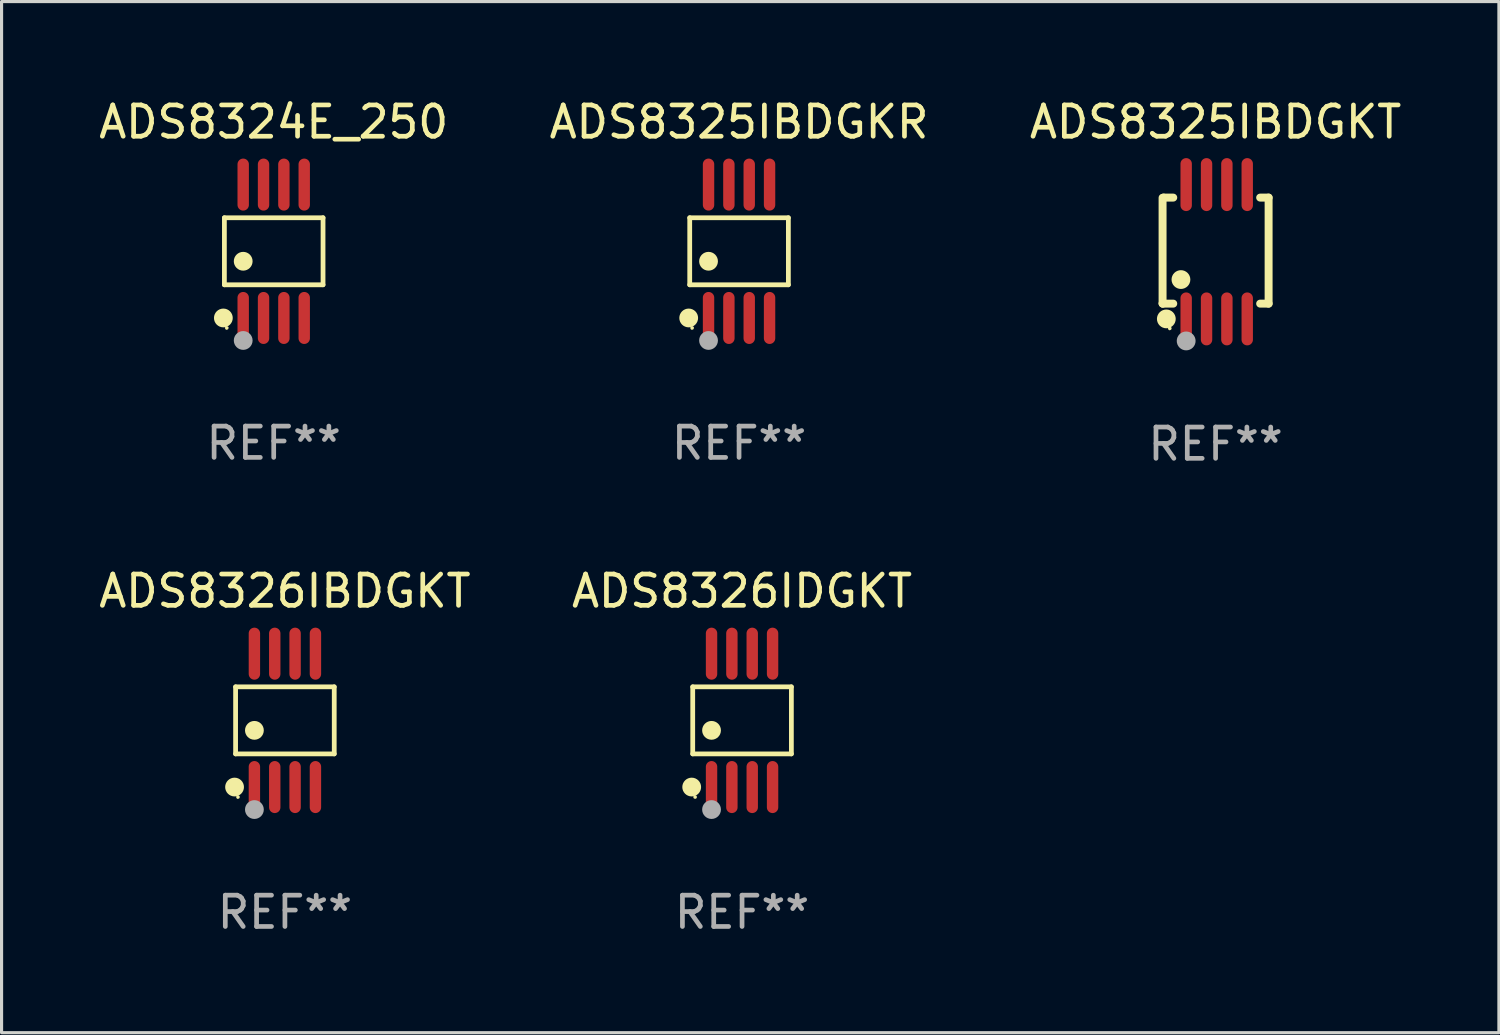
<source format=kicad_pcb>
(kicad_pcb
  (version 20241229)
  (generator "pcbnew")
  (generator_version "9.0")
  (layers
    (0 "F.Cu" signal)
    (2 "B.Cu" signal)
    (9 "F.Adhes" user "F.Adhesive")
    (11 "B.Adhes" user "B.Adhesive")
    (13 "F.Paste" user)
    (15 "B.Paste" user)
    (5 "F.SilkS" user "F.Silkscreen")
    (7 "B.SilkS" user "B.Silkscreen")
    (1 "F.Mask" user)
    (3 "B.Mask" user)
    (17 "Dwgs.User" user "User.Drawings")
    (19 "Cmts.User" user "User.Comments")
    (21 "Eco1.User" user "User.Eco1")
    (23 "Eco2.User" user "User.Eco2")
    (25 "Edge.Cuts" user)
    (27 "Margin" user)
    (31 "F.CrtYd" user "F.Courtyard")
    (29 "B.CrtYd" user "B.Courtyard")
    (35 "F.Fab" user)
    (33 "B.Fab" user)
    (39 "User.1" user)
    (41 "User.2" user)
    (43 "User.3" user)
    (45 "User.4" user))
  (footprint "ADS8326IBDGKT"
    (layer "F.Cu")
    (at 6.054 19.968)
    (property "Reference" "ADS8326IBDGKT" (at 0 -4.131 0) (layer "F.SilkS") (effects (font (size 1 1) (thickness 0.15))))
    (attr through_hole)
    (fp_line (start -1.576 -1.071) (end 1.576 -1.071) (stroke (width 0.152) (type solid)) (layer "F.SilkS"))
    (fp_line (start -1.576 1.071) (end -1.576 -1.071) (stroke (width 0.152) (type solid)) (layer "F.SilkS"))
    (fp_line (start 1.576 -1.071) (end 1.576 1.071) (stroke (width 0.152) (type solid)) (layer "F.SilkS"))
    (fp_line (start 1.576 1.071) (end -1.576 1.071) (stroke (width 0.152) (type solid)) (layer "F.SilkS"))
    (fp_circle (center -1.609 2.131) (end -1.459 2.131) (stroke (width 0.3) (type solid)) (fill no) (layer "F.SilkS"))
    (fp_circle (center -1.5 2.45) (end -1.47 2.45) (stroke (width 0.06) (type solid)) (fill no) (layer "F.SilkS"))
    (fp_circle (center -0.975 0.319) (end -0.825 0.319) (stroke (width 0.3) (type solid)) (fill no) (layer "F.SilkS"))
    (fp_circle (center -0.975 2.85) (end -0.825 2.85) (stroke (width 0.3) (type solid)) (fill no) (layer "F.Fab"))
    (fp_text user "REF**" (at 0 6.131 0) (layer "F.Fab") (effects (font (size 1 1) (thickness 0.15))))
    (pad "1" smd oval (at -0.975 2.131) (size 0.364 1.662) (layers "F.Cu" "F.Mask" "F.Paste"))
    (pad "2" smd oval (at -0.325 2.131) (size 0.364 1.662) (layers "F.Cu" "F.Mask" "F.Paste"))
    (pad "3" smd oval (at 0.325 2.131) (size 0.364 1.662) (layers "F.Cu" "F.Mask" "F.Paste"))
    (pad "4" smd oval (at 0.975 2.131) (size 0.364 1.662) (layers "F.Cu" "F.Mask" "F.Paste"))
    (pad "5" smd oval (at 0.975 -2.131) (size 0.364 1.662) (layers "F.Cu" "F.Mask" "F.Paste"))
    (pad "6" smd oval (at 0.325 -2.131) (size 0.364 1.662) (layers "F.Cu" "F.Mask" "F.Paste"))
    (pad "7" smd oval (at -0.325 -2.131) (size 0.364 1.662) (layers "F.Cu" "F.Mask" "F.Paste"))
    (pad "8" smd oval (at -0.975 -2.131) (size 0.364 1.662) (layers "F.Cu" "F.Mask" "F.Paste")))
  (footprint "ADS8325IBDGKR"
    (layer "F.Cu")
    (at 20.565 4.979)
    (property "Reference" "ADS8325IBDGKR" (at 0 -4.131 0) (layer "F.SilkS") (effects (font (size 1 1) (thickness 0.15))))
    (attr through_hole)
    (fp_line (start -1.576 -1.071) (end 1.576 -1.071) (stroke (width 0.152) (type solid)) (layer "F.SilkS"))
    (fp_line (start -1.576 1.071) (end -1.576 -1.071) (stroke (width 0.152) (type solid)) (layer "F.SilkS"))
    (fp_line (start 1.576 -1.071) (end 1.576 1.071) (stroke (width 0.152) (type solid)) (layer "F.SilkS"))
    (fp_line (start 1.576 1.071) (end -1.576 1.071) (stroke (width 0.152) (type solid)) (layer "F.SilkS"))
    (fp_circle (center -1.609 2.131) (end -1.459 2.131) (stroke (width 0.3) (type solid)) (fill no) (layer "F.SilkS"))
    (fp_circle (center -1.5 2.45) (end -1.47 2.45) (stroke (width 0.06) (type solid)) (fill no) (layer "F.SilkS"))
    (fp_circle (center -0.975 0.319) (end -0.825 0.319) (stroke (width 0.3) (type solid)) (fill no) (layer "F.SilkS"))
    (fp_circle (center -0.975 2.85) (end -0.825 2.85) (stroke (width 0.3) (type solid)) (fill no) (layer "F.Fab"))
    (fp_text user "REF**" (at 0 6.131 0) (layer "F.Fab") (effects (font (size 1 1) (thickness 0.15))))
    (pad "1" smd oval (at -0.975 2.131) (size 0.364 1.662) (layers "F.Cu" "F.Mask" "F.Paste"))
    (pad "2" smd oval (at -0.325 2.131) (size 0.364 1.662) (layers "F.Cu" "F.Mask" "F.Paste"))
    (pad "3" smd oval (at 0.325 2.131) (size 0.364 1.662) (layers "F.Cu" "F.Mask" "F.Paste"))
    (pad "4" smd oval (at 0.975 2.131) (size 0.364 1.662) (layers "F.Cu" "F.Mask" "F.Paste"))
    (pad "5" smd oval (at 0.975 -2.131) (size 0.364 1.662) (layers "F.Cu" "F.Mask" "F.Paste"))
    (pad "6" smd oval (at 0.325 -2.131) (size 0.364 1.662) (layers "F.Cu" "F.Mask" "F.Paste"))
    (pad "7" smd oval (at -0.325 -2.131) (size 0.364 1.662) (layers "F.Cu" "F.Mask" "F.Paste"))
    (pad "8" smd oval (at -0.975 -2.131) (size 0.364 1.662) (layers "F.Cu" "F.Mask" "F.Paste")))
  (footprint "ADS8324E_250"
    (layer "F.Cu")
    (at 5.696 4.979)
    (property "Reference" "ADS8324E_250" (at 0 -4.131 0) (layer "F.SilkS") (effects (font (size 1 1) (thickness 0.15))))
    (attr through_hole)
    (fp_line (start -1.576 -1.071) (end 1.576 -1.071) (stroke (width 0.152) (type solid)) (layer "F.SilkS"))
    (fp_line (start -1.576 1.071) (end -1.576 -1.071) (stroke (width 0.152) (type solid)) (layer "F.SilkS"))
    (fp_line (start 1.576 -1.071) (end 1.576 1.071) (stroke (width 0.152) (type solid)) (layer "F.SilkS"))
    (fp_line (start 1.576 1.071) (end -1.576 1.071) (stroke (width 0.152) (type solid)) (layer "F.SilkS"))
    (fp_circle (center -1.609 2.131) (end -1.459 2.131) (stroke (width 0.3) (type solid)) (fill no) (layer "F.SilkS"))
    (fp_circle (center -1.5 2.45) (end -1.47 2.45) (stroke (width 0.06) (type solid)) (fill no) (layer "F.SilkS"))
    (fp_circle (center -0.975 0.319) (end -0.825 0.319) (stroke (width 0.3) (type solid)) (fill no) (layer "F.SilkS"))
    (fp_circle (center -0.975 2.85) (end -0.825 2.85) (stroke (width 0.3) (type solid)) (fill no) (layer "F.Fab"))
    (fp_text user "REF**" (at 0 6.131 0) (layer "F.Fab") (effects (font (size 1 1) (thickness 0.15))))
    (pad "1" smd oval (at -0.975 2.131) (size 0.364 1.662) (layers "F.Cu" "F.Mask" "F.Paste"))
    (pad "2" smd oval (at -0.325 2.131) (size 0.364 1.662) (layers "F.Cu" "F.Mask" "F.Paste"))
    (pad "3" smd oval (at 0.325 2.131) (size 0.364 1.662) (layers "F.Cu" "F.Mask" "F.Paste"))
    (pad "4" smd oval (at 0.975 2.131) (size 0.364 1.662) (layers "F.Cu" "F.Mask" "F.Paste"))
    (pad "5" smd oval (at 0.975 -2.131) (size 0.364 1.662) (layers "F.Cu" "F.Mask" "F.Paste"))
    (pad "6" smd oval (at 0.325 -2.131) (size 0.364 1.662) (layers "F.Cu" "F.Mask" "F.Paste"))
    (pad "7" smd oval (at -0.325 -2.131) (size 0.364 1.662) (layers "F.Cu" "F.Mask" "F.Paste"))
    (pad "8" smd oval (at -0.975 -2.131) (size 0.364 1.662) (layers "F.Cu" "F.Mask" "F.Paste")))
  (footprint "ADS8326IDGKT"
    (layer "F.Cu")
    (at 20.661 19.968)
    (property "Reference" "ADS8326IDGKT" (at 0 -4.131 0) (layer "F.SilkS") (effects (font (size 1 1) (thickness 0.15))))
    (attr through_hole)
    (fp_line (start -1.576 -1.071) (end 1.576 -1.071) (stroke (width 0.152) (type solid)) (layer "F.SilkS"))
    (fp_line (start -1.576 1.071) (end -1.576 -1.071) (stroke (width 0.152) (type solid)) (layer "F.SilkS"))
    (fp_line (start 1.576 -1.071) (end 1.576 1.071) (stroke (width 0.152) (type solid)) (layer "F.SilkS"))
    (fp_line (start 1.576 1.071) (end -1.576 1.071) (stroke (width 0.152) (type solid)) (layer "F.SilkS"))
    (fp_circle (center -1.609 2.131) (end -1.459 2.131) (stroke (width 0.3) (type solid)) (fill no) (layer "F.SilkS"))
    (fp_circle (center -1.5 2.45) (end -1.47 2.45) (stroke (width 0.06) (type solid)) (fill no) (layer "F.SilkS"))
    (fp_circle (center -0.975 0.319) (end -0.825 0.319) (stroke (width 0.3) (type solid)) (fill no) (layer "F.SilkS"))
    (fp_circle (center -0.975 2.85) (end -0.825 2.85) (stroke (width 0.3) (type solid)) (fill no) (layer "F.Fab"))
    (fp_text user "REF**" (at 0 6.131 0) (layer "F.Fab") (effects (font (size 1 1) (thickness 0.15))))
    (pad "1" smd oval (at -0.975 2.131) (size 0.364 1.662) (layers "F.Cu" "F.Mask" "F.Paste"))
    (pad "2" smd oval (at -0.325 2.131) (size 0.364 1.662) (layers "F.Cu" "F.Mask" "F.Paste"))
    (pad "3" smd oval (at 0.325 2.131) (size 0.364 1.662) (layers "F.Cu" "F.Mask" "F.Paste"))
    (pad "4" smd oval (at 0.975 2.131) (size 0.364 1.662) (layers "F.Cu" "F.Mask" "F.Paste"))
    (pad "5" smd oval (at 0.975 -2.131) (size 0.364 1.662) (layers "F.Cu" "F.Mask" "F.Paste"))
    (pad "6" smd oval (at 0.325 -2.131) (size 0.364 1.662) (layers "F.Cu" "F.Mask" "F.Paste"))
    (pad "7" smd oval (at -0.325 -2.131) (size 0.364 1.662) (layers "F.Cu" "F.Mask" "F.Paste"))
    (pad "8" smd oval (at -0.975 -2.131) (size 0.364 1.662) (layers "F.Cu" "F.Mask" "F.Paste")))
  (footprint "ADS8325IBDGKT"
    (layer "F.Cu")
    (at 35.792 4.994)
    (property "Reference" "ADS8325IBDGKT" (at 0 -4.146 0) (layer "F.SilkS") (effects (font (size 1 1) (thickness 0.15))))
    (attr through_hole)
    (fp_line (start -1.694 -1.724) (end -1.694 1.652) (stroke (width 0.254) (type solid)) (layer "F.SilkS"))
    (fp_line (start -1.694 1.652) (end -1.688 1.658) (stroke (width 0.254) (type solid)) (layer "F.SilkS"))
    (fp_line (start -1.688 1.658) (end -1.353 1.658) (stroke (width 0.254) (type solid)) (layer "F.SilkS"))
    (fp_line (start -1.661 -1.73) (end -1.681 -1.71) (stroke (width 0.254) (type solid)) (layer "F.SilkS"))
    (fp_line (start -1.353 -1.73) (end -1.661 -1.73) (stroke (width 0.254) (type solid)) (layer "F.SilkS"))
    (fp_line (start 1.424 1.658) (end 1.694 1.658) (stroke (width 0.254) (type solid)) (layer "F.SilkS"))
    (fp_line (start 1.694 -1.73) (end 1.424 -1.73) (stroke (width 0.254) (type solid)) (layer "F.SilkS"))
    (fp_line (start 1.694 1.658) (end 1.694 -1.73) (stroke (width 0.254) (type solid)) (layer "F.SilkS"))
    (fp_circle (center -1.574 2.146) (end -1.424 2.146) (stroke (width 0.3) (type solid)) (fill no) (layer "F.SilkS"))
    (fp_circle (center -1.464 2.45) (end -1.434 2.45) (stroke (width 0.06) (type solid)) (fill no) (layer "F.SilkS"))
    (fp_circle (center -1.107 0.889) (end -0.957 0.889) (stroke (width 0.3) (type solid)) (fill no) (layer "F.SilkS"))
    (fp_circle (center -0.94 2.85) (end -0.789 2.85) (stroke (width 0.3) (type solid)) (fill no) (layer "F.Fab"))
    (fp_text user "REF**" (at 0 6.146 0) (layer "F.Fab") (effects (font (size 1 1) (thickness 0.15))))
    (pad "1" smd oval (at -0.94 2.146) (size 0.364 1.692) (layers "F.Cu" "F.Mask" "F.Paste"))
    (pad "2" smd oval (at -0.289 2.146) (size 0.364 1.692) (layers "F.Cu" "F.Mask" "F.Paste"))
    (pad "3" smd oval (at 0.361 2.146) (size 0.364 1.692) (layers "F.Cu" "F.Mask" "F.Paste"))
    (pad "4" smd oval (at 1.011 2.146) (size 0.364 1.692) (layers "F.Cu" "F.Mask" "F.Paste"))
    (pad "5" smd oval (at 1.011 -2.146) (size 0.364 1.692) (layers "F.Cu" "F.Mask" "F.Paste"))
    (pad "6" smd oval (at 0.361 -2.146) (size 0.364 1.692) (layers "F.Cu" "F.Mask" "F.Paste"))
    (pad "7" smd oval (at -0.289 -2.146) (size 0.364 1.692) (layers "F.Cu" "F.Mask" "F.Paste"))
    (pad "8" smd oval (at -0.94 -2.146) (size 0.364 1.692) (layers "F.Cu" "F.Mask" "F.Paste")))
  (gr_rect
    (start -3 -3)
    (end 44.845 29.947)
    (stroke (width 0.1) (type default))
    (fill no)
    (layer "Edge.Cuts")))
</source>
